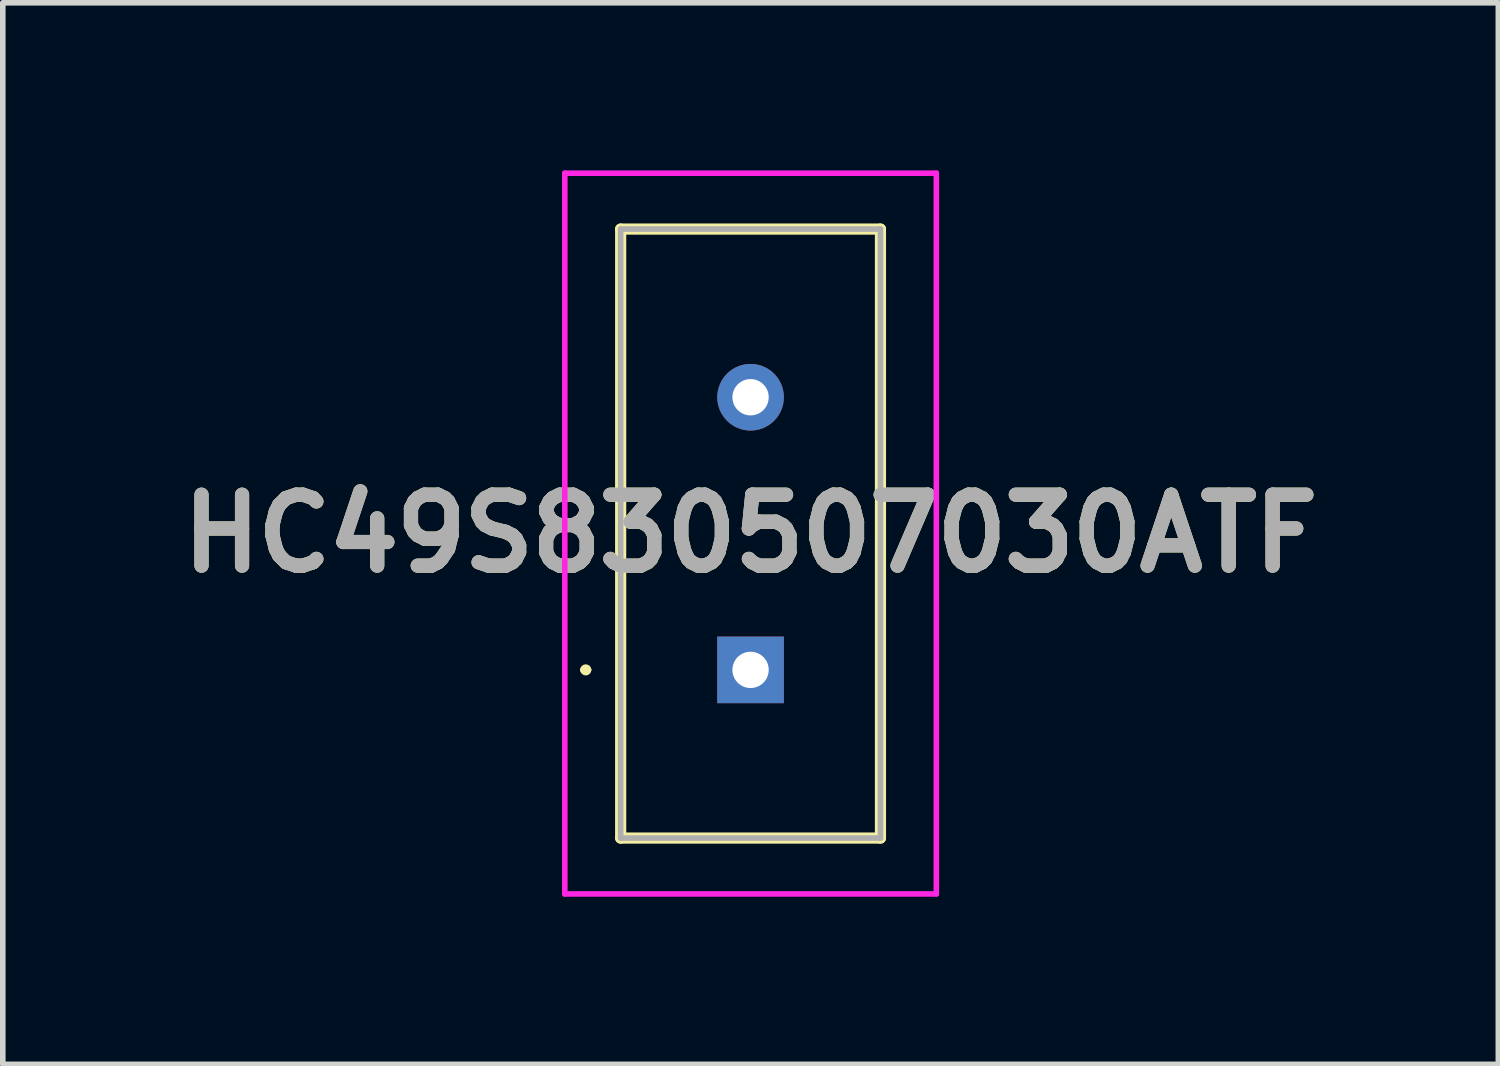
<source format=kicad_pcb>
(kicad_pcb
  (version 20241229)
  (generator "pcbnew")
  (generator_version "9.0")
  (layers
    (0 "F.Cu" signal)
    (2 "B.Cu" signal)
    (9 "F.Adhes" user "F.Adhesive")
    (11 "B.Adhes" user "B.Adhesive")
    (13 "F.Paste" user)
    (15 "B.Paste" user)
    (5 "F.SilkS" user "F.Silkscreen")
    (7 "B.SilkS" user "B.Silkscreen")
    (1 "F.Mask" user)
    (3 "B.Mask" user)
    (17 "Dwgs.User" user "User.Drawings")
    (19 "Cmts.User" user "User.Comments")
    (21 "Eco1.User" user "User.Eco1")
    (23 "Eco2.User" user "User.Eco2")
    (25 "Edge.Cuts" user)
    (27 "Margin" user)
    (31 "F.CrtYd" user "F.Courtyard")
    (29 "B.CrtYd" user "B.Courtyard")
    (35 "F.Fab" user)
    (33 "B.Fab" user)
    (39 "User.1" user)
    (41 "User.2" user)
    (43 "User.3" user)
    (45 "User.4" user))
  (footprint "HC49S830507030ATF"
    (layer "F.Cu")
    (at 10.384 8.94)
    (property "Reference" "HC49S830507030ATF" (at 0 -2.44 0) (layer "F.SilkS") (effects (font (size 1.27 1.27) (thickness 0.254))))
    (attr through_hole)
    (fp_line (start -3 0) (end -3 0) (stroke (width 0.1) (type solid)) (layer "F.SilkS"))
    (fp_line (start -2.9 0) (end -2.9 0) (stroke (width 0.1) (type solid)) (layer "F.SilkS"))
    (fp_line (start -2.325 -7.89) (end 2.325 -7.89) (stroke (width 0.2) (type solid)) (layer "F.SilkS"))
    (fp_line (start -2.325 3.01) (end -2.325 -7.89) (stroke (width 0.2) (type solid)) (layer "F.SilkS"))
    (fp_line (start 2.325 -7.89) (end 2.325 3.01) (stroke (width 0.2) (type solid)) (layer "F.SilkS"))
    (fp_line (start 2.325 3.01) (end -2.325 3.01) (stroke (width 0.2) (type solid)) (layer "F.SilkS"))
    (fp_arc (start -3 0) (mid -2.95 -0.05) (end -2.9 0) (stroke (width 0.1) (type solid)) (layer "F.SilkS"))
    (fp_arc (start -2.9 0) (mid -2.95 0.05) (end -3 0) (stroke (width 0.1) (type solid)) (layer "F.SilkS"))
    (fp_line (start -3.325 -8.89) (end 3.325 -8.89) (stroke (width 0.1) (type solid)) (layer "F.CrtYd"))
    (fp_line (start -3.325 4.01) (end -3.325 -8.89) (stroke (width 0.1) (type solid)) (layer "F.CrtYd"))
    (fp_line (start 3.325 -8.89) (end 3.325 4.01) (stroke (width 0.1) (type solid)) (layer "F.CrtYd"))
    (fp_line (start 3.325 4.01) (end -3.325 4.01) (stroke (width 0.1) (type solid)) (layer "F.CrtYd"))
    (fp_line (start -2.325 -7.89) (end -2.325 3.01) (stroke (width 0.1) (type solid)) (layer "F.Fab"))
    (fp_line (start -2.325 3.01) (end 2.325 3.01) (stroke (width 0.1) (type solid)) (layer "F.Fab"))
    (fp_line (start 2.325 -7.89) (end -2.325 -7.89) (stroke (width 0.1) (type solid)) (layer "F.Fab"))
    (fp_line (start 2.325 3.01) (end 2.325 -7.89) (stroke (width 0.1) (type solid)) (layer "F.Fab"))
    (fp_text user "${REFERENCE}" (at 0 -2.44 0) (layer "F.Fab") (effects (font (size 1.27 1.27) (thickness 0.254))))
    (pad "1" thru_hole rect (at 0 0) (size 1.192 1.192) (drill 0.65) (layers "*.Cu" "*.Mask"))
    (pad "2" thru_hole circle (at 0 -4.88) (size 1.192 1.192) (drill 0.65) (layers "*.Cu" "*.Mask")))
  (gr_rect
    (start -3 -3)
    (end 23.768 16)
    (stroke (width 0.1) (type default))
    (fill no)
    (layer "Edge.Cuts")))
</source>
